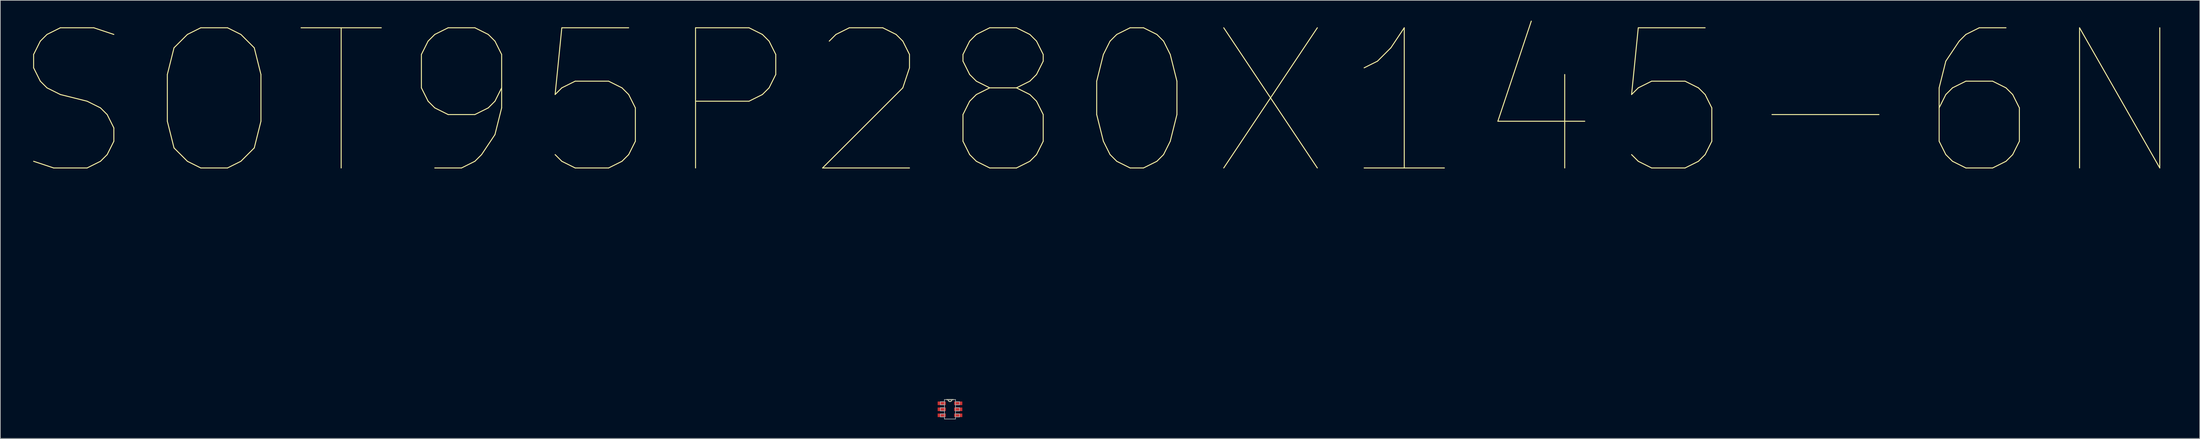
<source format=kicad_pcb>
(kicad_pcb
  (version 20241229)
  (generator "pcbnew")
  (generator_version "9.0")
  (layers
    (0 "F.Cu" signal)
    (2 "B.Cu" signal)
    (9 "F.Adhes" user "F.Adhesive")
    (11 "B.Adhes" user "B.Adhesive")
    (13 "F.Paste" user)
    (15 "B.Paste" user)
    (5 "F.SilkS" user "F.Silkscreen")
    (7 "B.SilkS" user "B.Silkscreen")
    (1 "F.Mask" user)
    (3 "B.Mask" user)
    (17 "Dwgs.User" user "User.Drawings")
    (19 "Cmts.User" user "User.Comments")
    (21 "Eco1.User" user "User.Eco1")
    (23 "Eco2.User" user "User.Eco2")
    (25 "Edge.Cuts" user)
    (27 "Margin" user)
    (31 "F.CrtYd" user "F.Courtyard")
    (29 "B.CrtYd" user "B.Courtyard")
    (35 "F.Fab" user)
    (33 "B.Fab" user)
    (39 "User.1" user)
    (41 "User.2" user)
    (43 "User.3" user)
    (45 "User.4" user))
  (footprint "SOT95P280X145-6N"
    (layer "F.Cu")
    (at 145.577 61.085)
    (property "Reference" "SOT95P280X145-6N" (at 23.477 -47.971 0) (layer "F.SilkS") (effects (font (size 21.967 21.967) (thickness 0.15))))
    (attr smd)
    (fp_line (start -0.305 -1.524) (end -0.533 -1.524) (stroke (width 0.152) (type solid)) (layer "F.SilkS"))
    (fp_line (start 0.305 -1.524) (end -0.305 -1.524) (stroke (width 0.152) (type solid)) (layer "F.SilkS"))
    (fp_line (start 0.533 -1.524) (end 0.305 -1.524) (stroke (width 0.152) (type solid)) (layer "F.SilkS"))
    (fp_arc (start 0.3048 -1.524) (mid 0 -1.2192) (end -0.3048 -1.524) (stroke (width 0.1524) (type solid)) (layer "F.SilkS"))
    (fp_line (start -1.499 -1.194) (end -1.499 -0.711) (stroke (width 0.1) (type solid)) (layer "F.Fab"))
    (fp_line (start -1.499 -0.711) (end -0.864 -0.711) (stroke (width 0.1) (type solid)) (layer "F.Fab"))
    (fp_line (start -1.499 -0.254) (end -1.499 0.254) (stroke (width 0.1) (type solid)) (layer "F.Fab"))
    (fp_line (start -1.499 0.254) (end -0.864 0.254) (stroke (width 0.1) (type solid)) (layer "F.Fab"))
    (fp_line (start -1.499 0.711) (end -1.499 1.194) (stroke (width 0.1) (type solid)) (layer "F.Fab"))
    (fp_line (start -1.499 1.194) (end -0.864 1.194) (stroke (width 0.1) (type solid)) (layer "F.Fab"))
    (fp_line (start -0.864 -1.524) (end -0.864 -1.194) (stroke (width 0.1) (type solid)) (layer "F.Fab"))
    (fp_line (start -0.864 -1.194) (end -1.499 -1.194) (stroke (width 0.1) (type solid)) (layer "F.Fab"))
    (fp_line (start -0.864 -1.194) (end -0.864 -0.711) (stroke (width 0.1) (type solid)) (layer "F.Fab"))
    (fp_line (start -0.864 -0.711) (end -0.864 -0.254) (stroke (width 0.1) (type solid)) (layer "F.Fab"))
    (fp_line (start -0.864 -0.254) (end -1.499 -0.254) (stroke (width 0.1) (type solid)) (layer "F.Fab"))
    (fp_line (start -0.864 -0.254) (end -0.864 0.254) (stroke (width 0.1) (type solid)) (layer "F.Fab"))
    (fp_line (start -0.864 0.254) (end -0.864 0.711) (stroke (width 0.1) (type solid)) (layer "F.Fab"))
    (fp_line (start -0.864 0.711) (end -1.499 0.711) (stroke (width 0.1) (type solid)) (layer "F.Fab"))
    (fp_line (start -0.864 1.194) (end -0.864 0.711) (stroke (width 0.1) (type solid)) (layer "F.Fab"))
    (fp_line (start -0.864 1.524) (end -0.864 1.194) (stroke (width 0.1) (type solid)) (layer "F.Fab"))
    (fp_line (start -0.864 1.524) (end 0.864 1.524) (stroke (width 0.1) (type solid)) (layer "F.Fab"))
    (fp_line (start -0.305 -1.524) (end -0.864 -1.524) (stroke (width 0.1) (type solid)) (layer "F.Fab"))
    (fp_line (start 0.305 -1.524) (end -0.305 -1.524) (stroke (width 0.1) (type solid)) (layer "F.Fab"))
    (fp_line (start 0.864 -1.524) (end 0.305 -1.524) (stroke (width 0.1) (type solid)) (layer "F.Fab"))
    (fp_line (start 0.864 -1.524) (end 0.864 -1.194) (stroke (width 0.1) (type solid)) (layer "F.Fab"))
    (fp_line (start 0.864 -1.194) (end 0.864 -0.711) (stroke (width 0.1) (type solid)) (layer "F.Fab"))
    (fp_line (start 0.864 -0.711) (end 1.499 -0.711) (stroke (width 0.1) (type solid)) (layer "F.Fab"))
    (fp_line (start 0.864 -0.254) (end 0.864 -0.711) (stroke (width 0.1) (type solid)) (layer "F.Fab"))
    (fp_line (start 0.864 0.254) (end 0.864 -0.254) (stroke (width 0.1) (type solid)) (layer "F.Fab"))
    (fp_line (start 0.864 0.254) (end 1.499 0.254) (stroke (width 0.1) (type solid)) (layer "F.Fab"))
    (fp_line (start 0.864 0.711) (end 0.864 0.254) (stroke (width 0.1) (type solid)) (layer "F.Fab"))
    (fp_line (start 0.864 1.194) (end 0.864 0.711) (stroke (width 0.1) (type solid)) (layer "F.Fab"))
    (fp_line (start 0.864 1.194) (end 1.499 1.194) (stroke (width 0.1) (type solid)) (layer "F.Fab"))
    (fp_line (start 0.864 1.524) (end 0.864 1.194) (stroke (width 0.1) (type solid)) (layer "F.Fab"))
    (fp_line (start 1.499 -1.194) (end 0.864 -1.194) (stroke (width 0.1) (type solid)) (layer "F.Fab"))
    (fp_line (start 1.499 -0.711) (end 1.499 -1.194) (stroke (width 0.1) (type solid)) (layer "F.Fab"))
    (fp_line (start 1.499 -0.254) (end 0.864 -0.254) (stroke (width 0.1) (type solid)) (layer "F.Fab"))
    (fp_line (start 1.499 0.254) (end 1.499 -0.254) (stroke (width 0.1) (type solid)) (layer "F.Fab"))
    (fp_line (start 1.499 0.711) (end 0.864 0.711) (stroke (width 0.1) (type solid)) (layer "F.Fab"))
    (fp_line (start 1.499 1.194) (end 1.499 0.711) (stroke (width 0.1) (type solid)) (layer "F.Fab"))
    (fp_arc (start 0.3048 -1.524) (mid 0 -1.2192) (end -0.3048 -1.524) (stroke (width 0.1) (type solid)) (layer "F.Fab"))
    (pad "1" smd rect (at -1.295 -0.94) (size 1.27 0.559) (layers "F.Cu" "F.Mask" "F.Paste"))
    (pad "2" smd rect (at -1.295 0) (size 1.27 0.559) (layers "F.Cu" "F.Mask" "F.Paste"))
    (pad "3" smd rect (at -1.295 0.94) (size 1.27 0.559) (layers "F.Cu" "F.Mask" "F.Paste"))
    (pad "4" smd rect (at 1.295 0.94) (size 1.27 0.559) (layers "F.Cu" "F.Mask" "F.Paste"))
    (pad "5" smd rect (at 1.295 0) (size 1.27 0.559) (layers "F.Cu" "F.Mask" "F.Paste"))
    (pad "6" smd rect (at 1.295 -0.94) (size 1.27 0.559) (layers "F.Cu" "F.Mask" "F.Paste")))
  (gr_rect
    (start -3 -3)
    (end 341.107 65.659)
    (stroke (width 0.1) (type default))
    (fill no)
    (layer "Edge.Cuts")))
</source>
